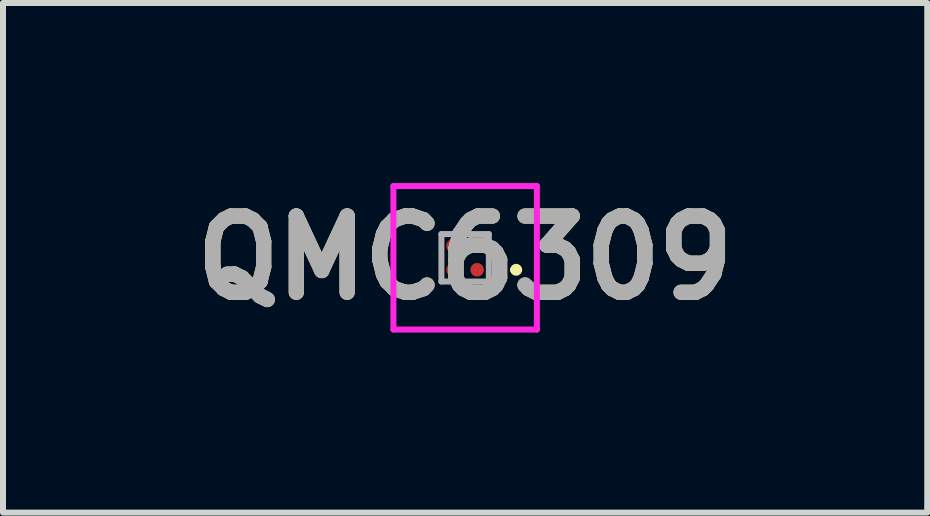
<source format=kicad_pcb>
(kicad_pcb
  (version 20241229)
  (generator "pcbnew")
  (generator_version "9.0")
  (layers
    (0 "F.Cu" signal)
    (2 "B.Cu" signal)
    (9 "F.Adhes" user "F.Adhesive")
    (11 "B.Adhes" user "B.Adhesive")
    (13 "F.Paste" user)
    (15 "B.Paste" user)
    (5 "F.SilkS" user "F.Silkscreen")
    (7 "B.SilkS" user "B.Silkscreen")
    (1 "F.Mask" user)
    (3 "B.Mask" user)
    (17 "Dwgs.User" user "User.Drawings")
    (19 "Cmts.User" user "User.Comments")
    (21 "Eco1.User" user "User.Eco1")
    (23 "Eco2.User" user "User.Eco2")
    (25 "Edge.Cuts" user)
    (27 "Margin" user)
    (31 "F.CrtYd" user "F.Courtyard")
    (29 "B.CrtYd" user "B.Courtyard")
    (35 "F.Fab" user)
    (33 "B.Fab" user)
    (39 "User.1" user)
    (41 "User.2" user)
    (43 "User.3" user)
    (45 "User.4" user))
  (footprint "QMC6309"
    (layer "F.Cu")
    (at 4.699 1.245)
    (property "Reference" "QMC6309" (at 0 0 0) (layer "F.SilkS") (effects (font (size 1.27 1.27) (thickness 0.254))))
    (attr smd)
    (fp_line (start 0.8 0.2) (end 0.8 0.2) (stroke (width 0.1) (type solid)) (layer "F.SilkS"))
    (fp_line (start 0.9 0.2) (end 0.9 0.2) (stroke (width 0.1) (type solid)) (layer "F.SilkS"))
    (fp_arc (start 0.8 0.2) (mid 0.85 0.15) (end 0.9 0.2) (stroke (width 0.1) (type solid)) (layer "F.SilkS"))
    (fp_arc (start 0.9 0.2) (mid 0.85 0.25) (end 0.8 0.2) (stroke (width 0.1) (type solid)) (layer "F.SilkS"))
    (fp_line (start -1.195 -1.195) (end 1.195 -1.195) (stroke (width 0.1) (type solid)) (layer "F.CrtYd"))
    (fp_line (start -1.195 1.195) (end -1.195 -1.195) (stroke (width 0.1) (type solid)) (layer "F.CrtYd"))
    (fp_line (start 1.195 -1.195) (end 1.195 1.195) (stroke (width 0.1) (type solid)) (layer "F.CrtYd"))
    (fp_line (start 1.195 1.195) (end -1.195 1.195) (stroke (width 0.1) (type solid)) (layer "F.CrtYd"))
    (fp_line (start -0.395 -0.395) (end 0.395 -0.395) (stroke (width 0.1) (type solid)) (layer "F.Fab"))
    (fp_line (start -0.395 0.395) (end -0.395 -0.395) (stroke (width 0.1) (type solid)) (layer "F.Fab"))
    (fp_line (start 0.395 -0.395) (end 0.395 0.395) (stroke (width 0.1) (type solid)) (layer "F.Fab"))
    (fp_line (start 0.395 0.395) (end -0.395 0.395) (stroke (width 0.1) (type solid)) (layer "F.Fab"))
    (fp_text user "${REFERENCE}" (at 0 0 0) (layer "F.Fab") (effects (font (size 1.27 1.27) (thickness 0.254))))
    (pad "A1" smd circle (at 0.2 0.2 90) (size 0.226 0.226) (layers "F.Cu" "F.Mask" "F.Paste"))
    (pad "A2" smd circle (at -0.2 0.2 90) (size 0.226 0.226) (layers "F.Cu" "F.Mask" "F.Paste"))
    (pad "B1" smd circle (at 0.2 -0.2 90) (size 0.226 0.226) (layers "F.Cu" "F.Mask" "F.Paste"))
    (pad "B2" smd circle (at -0.2 -0.2 90) (size 0.226 0.226) (layers "F.Cu" "F.Mask" "F.Paste")))
  (gr_rect
    (start -3 -3)
    (end 12.398 5.49)
    (stroke (width 0.1) (type default))
    (fill no)
    (layer "Edge.Cuts")))
</source>
